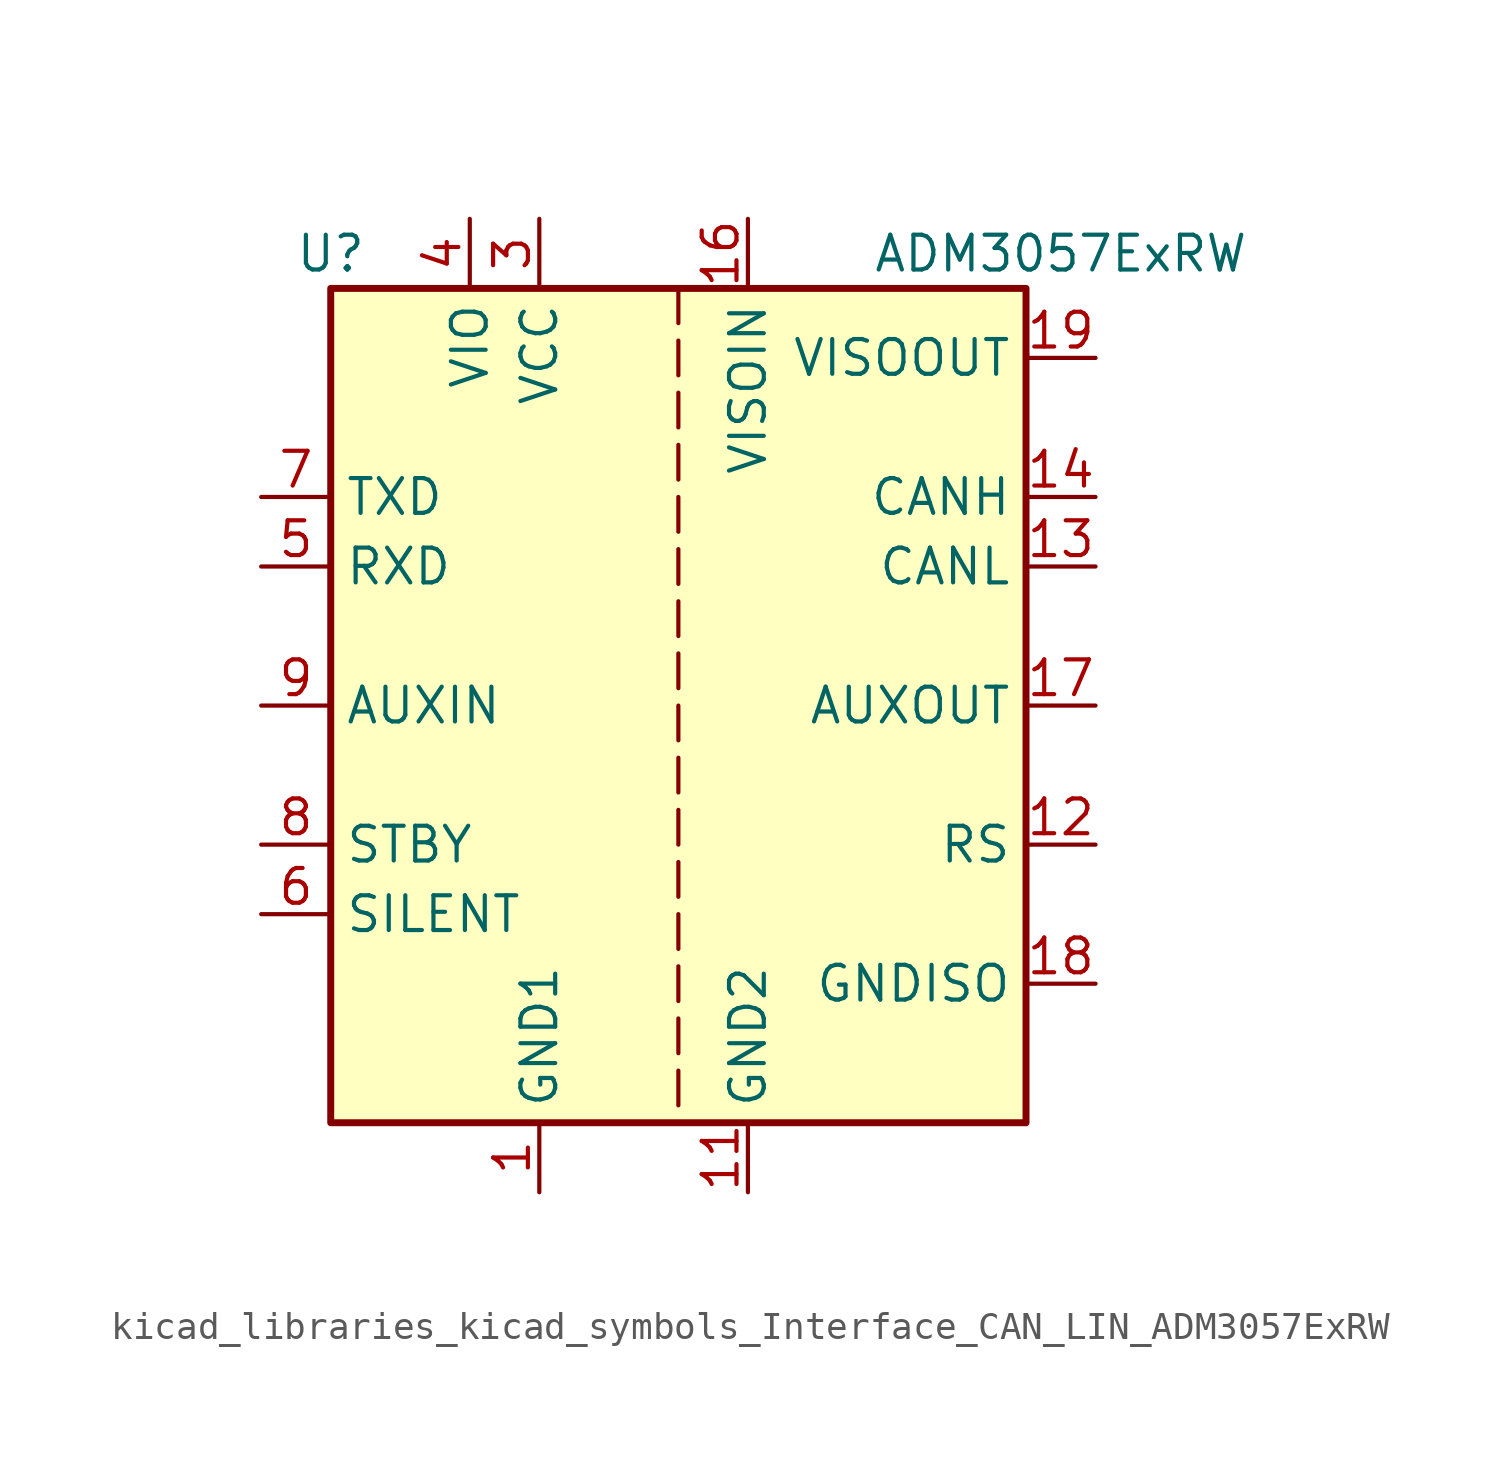
<source format=kicad_sym>
(kicad_symbol_lib
  (version 20220914)
  (generator kicad_symbol_editor)
  (symbol "kicad_libraries_kicad_symbols_Interface_CAN_LIN_ADM3057ExRW"
    (property "Reference" "U"
      (at -12.7 16.51 0)
      (effects (font (size 1.27 1.27))))
    (property "Value" "ADM3057ExRW"
      (at 13.97 16.51 0)
      (effects (font (size 1.27 1.27))))
    (symbol "kicad_libraries_kicad_symbols_Interface_CAN_LIN_ADM3057ExRW_0_1"
      (rectangle (start -12.7 15.24) (end 12.7 -15.24) (stroke (width 0.254) (type default)) (fill (type background)))
      (polyline (pts (xy 0 -13.335) (xy 0 -14.605)) (stroke (width 0) (type default)) (fill (type none)))
      (polyline (pts (xy 0 -11.43) (xy 0 -12.7)) (stroke (width 0) (type default)) (fill (type none)))
      (polyline (pts (xy 0 -9.525) (xy 0 -10.795)) (stroke (width 0) (type default)) (fill (type none)))
      (polyline (pts (xy 0 -7.62) (xy 0 -8.89)) (stroke (width 0) (type default)) (fill (type none)))
      (polyline (pts (xy 0 -5.715) (xy 0 -6.985)) (stroke (width 0) (type default)) (fill (type none)))
      (polyline (pts (xy 0 -3.81) (xy 0 -5.08)) (stroke (width 0) (type default)) (fill (type none)))
      (polyline (pts (xy 0 -1.905) (xy 0 -3.175)) (stroke (width 0) (type default)) (fill (type none)))
      (polyline (pts (xy 0 0) (xy 0 -1.27)) (stroke (width 0) (type default)) (fill (type none)))
      (polyline (pts (xy 0 1.905) (xy 0 0.635)) (stroke (width 0) (type default)) (fill (type none)))
      (polyline (pts (xy 0 3.81) (xy 0 2.54)) (stroke (width 0) (type default)) (fill (type none)))
      (polyline (pts (xy 0 5.715) (xy 0 4.445)) (stroke (width 0) (type default)) (fill (type none)))
      (polyline (pts (xy 0 7.62) (xy 0 6.35)) (stroke (width 0) (type default)) (fill (type none)))
      (polyline (pts (xy 0 9.525) (xy 0 8.255)) (stroke (width 0) (type default)) (fill (type none)))
      (polyline (pts (xy 0 11.43) (xy 0 10.16)) (stroke (width 0) (type default)) (fill (type none)))
      (polyline (pts (xy 0 13.335) (xy 0 12.065)) (stroke (width 0) (type default)) (fill (type none)))
      (polyline (pts (xy 0 15.24) (xy 0 13.97)) (stroke (width 0) (type default)) (fill (type none))))
    (symbol "kicad_libraries_kicad_symbols_Interface_CAN_LIN_ADM3057ExRW_1_1"
      (pin power_in line (at -5.08 -17.78 90) (length 2.54) (name "GND1" (effects (font (size 1.27 1.27)))) (number "1" (effects (font (size 1.27 1.27)))))
      (pin passive line (at -5.08 -17.78 90) (length 2.54) hide (name "GND1" (effects (font (size 1.27 1.27)))) (number "10" (effects (font (size 1.27 1.27)))))
      (pin passive line (at 2.54 -17.78 90) (length 2.54) (name "GND2" (effects (font (size 1.27 1.27)))) (number "11" (effects (font (size 1.27 1.27)))))
      (pin input line (at 15.24 -5.08 180) (length 2.54) (name "RS" (effects (font (size 1.27 1.27)))) (number "12" (effects (font (size 1.27 1.27)))))
      (pin bidirectional line (at 15.24 5.08 180) (length 2.54) (name "CANL" (effects (font (size 1.27 1.27)))) (number "13" (effects (font (size 1.27 1.27)))))
      (pin bidirectional line (at 15.24 7.62 180) (length 2.54) (name "CANH" (effects (font (size 1.27 1.27)))) (number "14" (effects (font (size 1.27 1.27)))))
      (pin passive line (at 2.54 -17.78 90) (length 2.54) hide (name "GND2" (effects (font (size 1.27 1.27)))) (number "15" (effects (font (size 1.27 1.27)))))
      (pin passive line (at 2.54 17.78 270) (length 2.54) (name "VISOIN" (effects (font (size 1.27 1.27)))) (number "16" (effects (font (size 1.27 1.27)))))
      (pin output line (at 15.24 0 180) (length 2.54) (name "AUXOUT" (effects (font (size 1.27 1.27)))) (number "17" (effects (font (size 1.27 1.27)))))
      (pin passive line (at 15.24 -10.16 180) (length 2.54) (name "GNDISO" (effects (font (size 1.27 1.27)))) (number "18" (effects (font (size 1.27 1.27)))))
      (pin passive line (at 15.24 12.7 180) (length 2.54) (name "VISOOUT" (effects (font (size 1.27 1.27)))) (number "19" (effects (font (size 1.27 1.27)))))
      (pin passive line (at -5.08 -17.78 90) (length 2.54) hide (name "GND1" (effects (font (size 1.27 1.27)))) (number "2" (effects (font (size 1.27 1.27)))))
      (pin passive line (at 15.24 -10.16 180) (length 2.54) hide (name "GNDISO" (effects (font (size 1.27 1.27)))) (number "20" (effects (font (size 1.27 1.27)))))
      (pin power_in line (at -5.08 17.78 270) (length 2.54) (name "VCC" (effects (font (size 1.27 1.27)))) (number "3" (effects (font (size 1.27 1.27)))))
      (pin power_in line (at -7.62 17.78 270) (length 2.54) (name "VIO" (effects (font (size 1.27 1.27)))) (number "4" (effects (font (size 1.27 1.27)))))
      (pin output line (at -15.24 5.08 0) (length 2.54) (name "RXD" (effects (font (size 1.27 1.27)))) (number "5" (effects (font (size 1.27 1.27)))))
      (pin input line (at -15.24 -7.62 0) (length 2.54) (name "SILENT" (effects (font (size 1.27 1.27)))) (number "6" (effects (font (size 1.27 1.27)))))
      (pin input line (at -15.24 7.62 0) (length 2.54) (name "TXD" (effects (font (size 1.27 1.27)))) (number "7" (effects (font (size 1.27 1.27)))))
      (pin input line (at -15.24 -5.08 0) (length 2.54) (name "STBY" (effects (font (size 1.27 1.27)))) (number "8" (effects (font (size 1.27 1.27)))))
      (pin input line (at -15.24 0 0) (length 2.54) (name "AUXIN" (effects (font (size 1.27 1.27)))) (number "9" (effects (font (size 1.27 1.27))))))))
</source>
